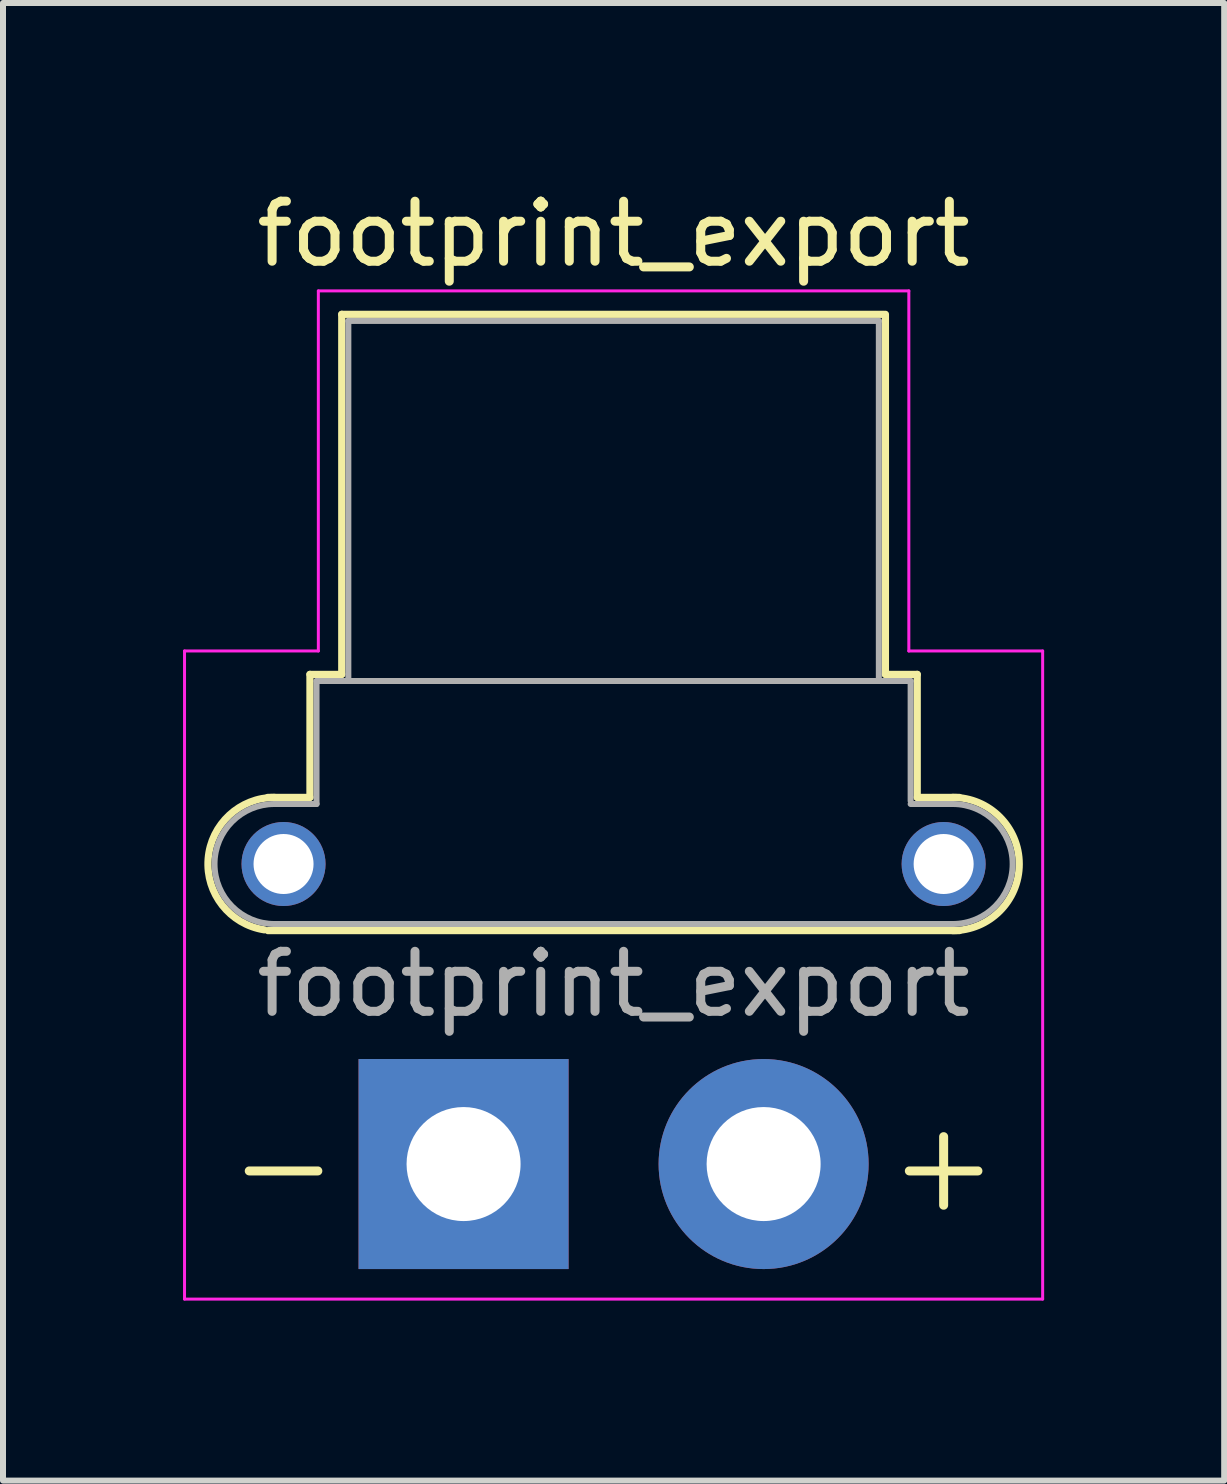
<source format=kicad_pcb>
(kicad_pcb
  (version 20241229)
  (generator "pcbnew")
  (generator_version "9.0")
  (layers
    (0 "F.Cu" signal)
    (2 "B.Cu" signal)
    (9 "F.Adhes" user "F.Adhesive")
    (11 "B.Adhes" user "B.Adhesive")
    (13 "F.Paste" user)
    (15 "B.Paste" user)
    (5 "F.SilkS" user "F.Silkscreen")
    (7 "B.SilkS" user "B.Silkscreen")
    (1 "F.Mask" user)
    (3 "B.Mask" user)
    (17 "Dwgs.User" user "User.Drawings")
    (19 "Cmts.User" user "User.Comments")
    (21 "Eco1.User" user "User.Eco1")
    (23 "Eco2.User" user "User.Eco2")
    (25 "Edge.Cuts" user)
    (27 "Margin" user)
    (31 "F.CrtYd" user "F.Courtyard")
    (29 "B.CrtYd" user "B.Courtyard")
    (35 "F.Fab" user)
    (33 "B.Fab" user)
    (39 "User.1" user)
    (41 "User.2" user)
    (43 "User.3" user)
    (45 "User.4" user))
  (footprint "footprint_export"
    (layer "F.Cu")
    (at 4.675 16.348)
    (property "Reference" "footprint_export" (at 2.5 -15.5 0) (layer "F.SilkS") (effects (font (size 1 1) (thickness 0.15))))
    (attr through_hole)
    (fp_line (start -3.26 -6.11) (end -2.56 -6.11) (stroke (width 0.12) (type solid)) (layer "F.SilkS"))
    (fp_line (start -3.26 -3.89) (end 8.26 -3.89) (stroke (width 0.12) (type solid)) (layer "F.SilkS"))
    (fp_line (start -2.56 -8.16) (end -2.56 -6.11) (stroke (width 0.12) (type solid)) (layer "F.SilkS"))
    (fp_line (start -2.56 -8.16) (end -2.03 -8.16) (stroke (width 0.12) (type solid)) (layer "F.SilkS"))
    (fp_line (start -2.03 -14.16) (end -2.03 -8.16) (stroke (width 0.12) (type solid)) (layer "F.SilkS"))
    (fp_line (start -2.03 -14.16) (end 7 -14.16) (stroke (width 0.12) (type solid)) (layer "F.SilkS"))
    (fp_line (start 7.03 -14.16) (end 7.03 -8.16) (stroke (width 0.12) (type solid)) (layer "F.SilkS"))
    (fp_line (start 7.03 -8.16) (end 7.56 -8.16) (stroke (width 0.12) (type solid)) (layer "F.SilkS"))
    (fp_line (start 7.56 -8.16) (end 7.56 -6.11) (stroke (width 0.12) (type solid)) (layer "F.SilkS"))
    (fp_line (start 7.56 -6.11) (end 8.26 -6.11) (stroke (width 0.12) (type solid)) (layer "F.SilkS"))
    (fp_arc (start -3.321729 -3.903365) (mid -4.256653 -5.086124) (end -3.15 -6.11) (stroke (width 0.12) (type solid)) (layer "F.SilkS"))
    (fp_arc (start 8.15 -6.11) (mid 9.26 -5) (end 8.15 -3.89) (stroke (width 0.12) (type solid)) (layer "F.SilkS"))
    (fp_line (start -4.65 -8.55) (end -4.65 2.25) (stroke (width 0.05) (type solid)) (layer "F.CrtYd"))
    (fp_line (start -4.65 -8.55) (end -2.42 -8.55) (stroke (width 0.05) (type solid)) (layer "F.CrtYd"))
    (fp_line (start -4.65 2.25) (end 9.65 2.25) (stroke (width 0.05) (type solid)) (layer "F.CrtYd"))
    (fp_line (start -2.42 -14.55) (end -2.42 -8.55) (stroke (width 0.05) (type solid)) (layer "F.CrtYd"))
    (fp_line (start -2.42 -14.55) (end 7.42 -14.55) (stroke (width 0.05) (type solid)) (layer "F.CrtYd"))
    (fp_line (start 7.42 -14.55) (end 7.42 -8.55) (stroke (width 0.05) (type solid)) (layer "F.CrtYd"))
    (fp_line (start 7.42 -8.55) (end 9.65 -8.55) (stroke (width 0.05) (type solid)) (layer "F.CrtYd"))
    (fp_line (start 9.65 -8.55) (end 9.65 2.25) (stroke (width 0.05) (type solid)) (layer "F.CrtYd"))
    (fp_line (start -3.15 -6) (end -2.45 -6) (stroke (width 0.1) (type solid)) (layer "F.Fab"))
    (fp_line (start -3.15 -4) (end 8.15 -4) (stroke (width 0.1) (type solid)) (layer "F.Fab"))
    (fp_line (start -2.45 -8.05) (end -2.45 -6) (stroke (width 0.1) (type solid)) (layer "F.Fab"))
    (fp_line (start -2.45 -8.05) (end 7.45 -8.05) (stroke (width 0.1) (type solid)) (layer "F.Fab"))
    (fp_line (start -1.92 -14.05) (end -1.92 -8.05) (stroke (width 0.1) (type solid)) (layer "F.Fab"))
    (fp_line (start -1.92 -14.05) (end 6.92 -14.05) (stroke (width 0.1) (type solid)) (layer "F.Fab"))
    (fp_line (start 6.92 -14.05) (end 6.92 -8.05) (stroke (width 0.1) (type solid)) (layer "F.Fab"))
    (fp_line (start 7.45 -8.05) (end 7.45 -6.05) (stroke (width 0.1) (type solid)) (layer "F.Fab"))
    (fp_line (start 7.45 -6) (end 8.15 -6) (stroke (width 0.1) (type solid)) (layer "F.Fab"))
    (fp_arc (start -3.15 -4) (mid -4.15 -5) (end -3.15 -6) (stroke (width 0.1) (type solid)) (layer "F.Fab"))
    (fp_arc (start 8.15 -6) (mid 9.15 -5) (end 8.15 -4) (stroke (width 0.1) (type solid)) (layer "F.Fab"))
    (fp_text user "-" (at -3 0 0) (layer "F.SilkS") (effects (font (size 1.5 1.5) (thickness 0.15))))
    (fp_text user "+" (at 8 0 0) (layer "F.SilkS") (effects (font (size 1.5 1.5) (thickness 0.15))))
    (fp_text user "${REFERENCE}" (at 2.5 -3 0) (layer "F.Fab") (effects (font (size 1 1) (thickness 0.15))))
    (pad "" thru_hole circle (at -3 -5 90) (size 1.4 1.4) (drill 1) (layers "*.Cu" "*.Mask"))
    (pad "" thru_hole circle (at 8 -5) (size 1.4 1.4) (drill 1) (layers "*.Cu" "*.Mask"))
    (pad "1" thru_hole rect (at 0 0) (size 3.5 3.5) (drill 1.9) (layers "*.Cu" "*.Mask"))
    (pad "2" thru_hole circle (at 5 0) (size 3.5 3.5) (drill 1.9) (layers "*.Cu" "*.Mask")))
  (gr_rect
    (start -3 -3)
    (end 17.35 21.623)
    (stroke (width 0.1) (type default))
    (fill no)
    (layer "Edge.Cuts")))
</source>
